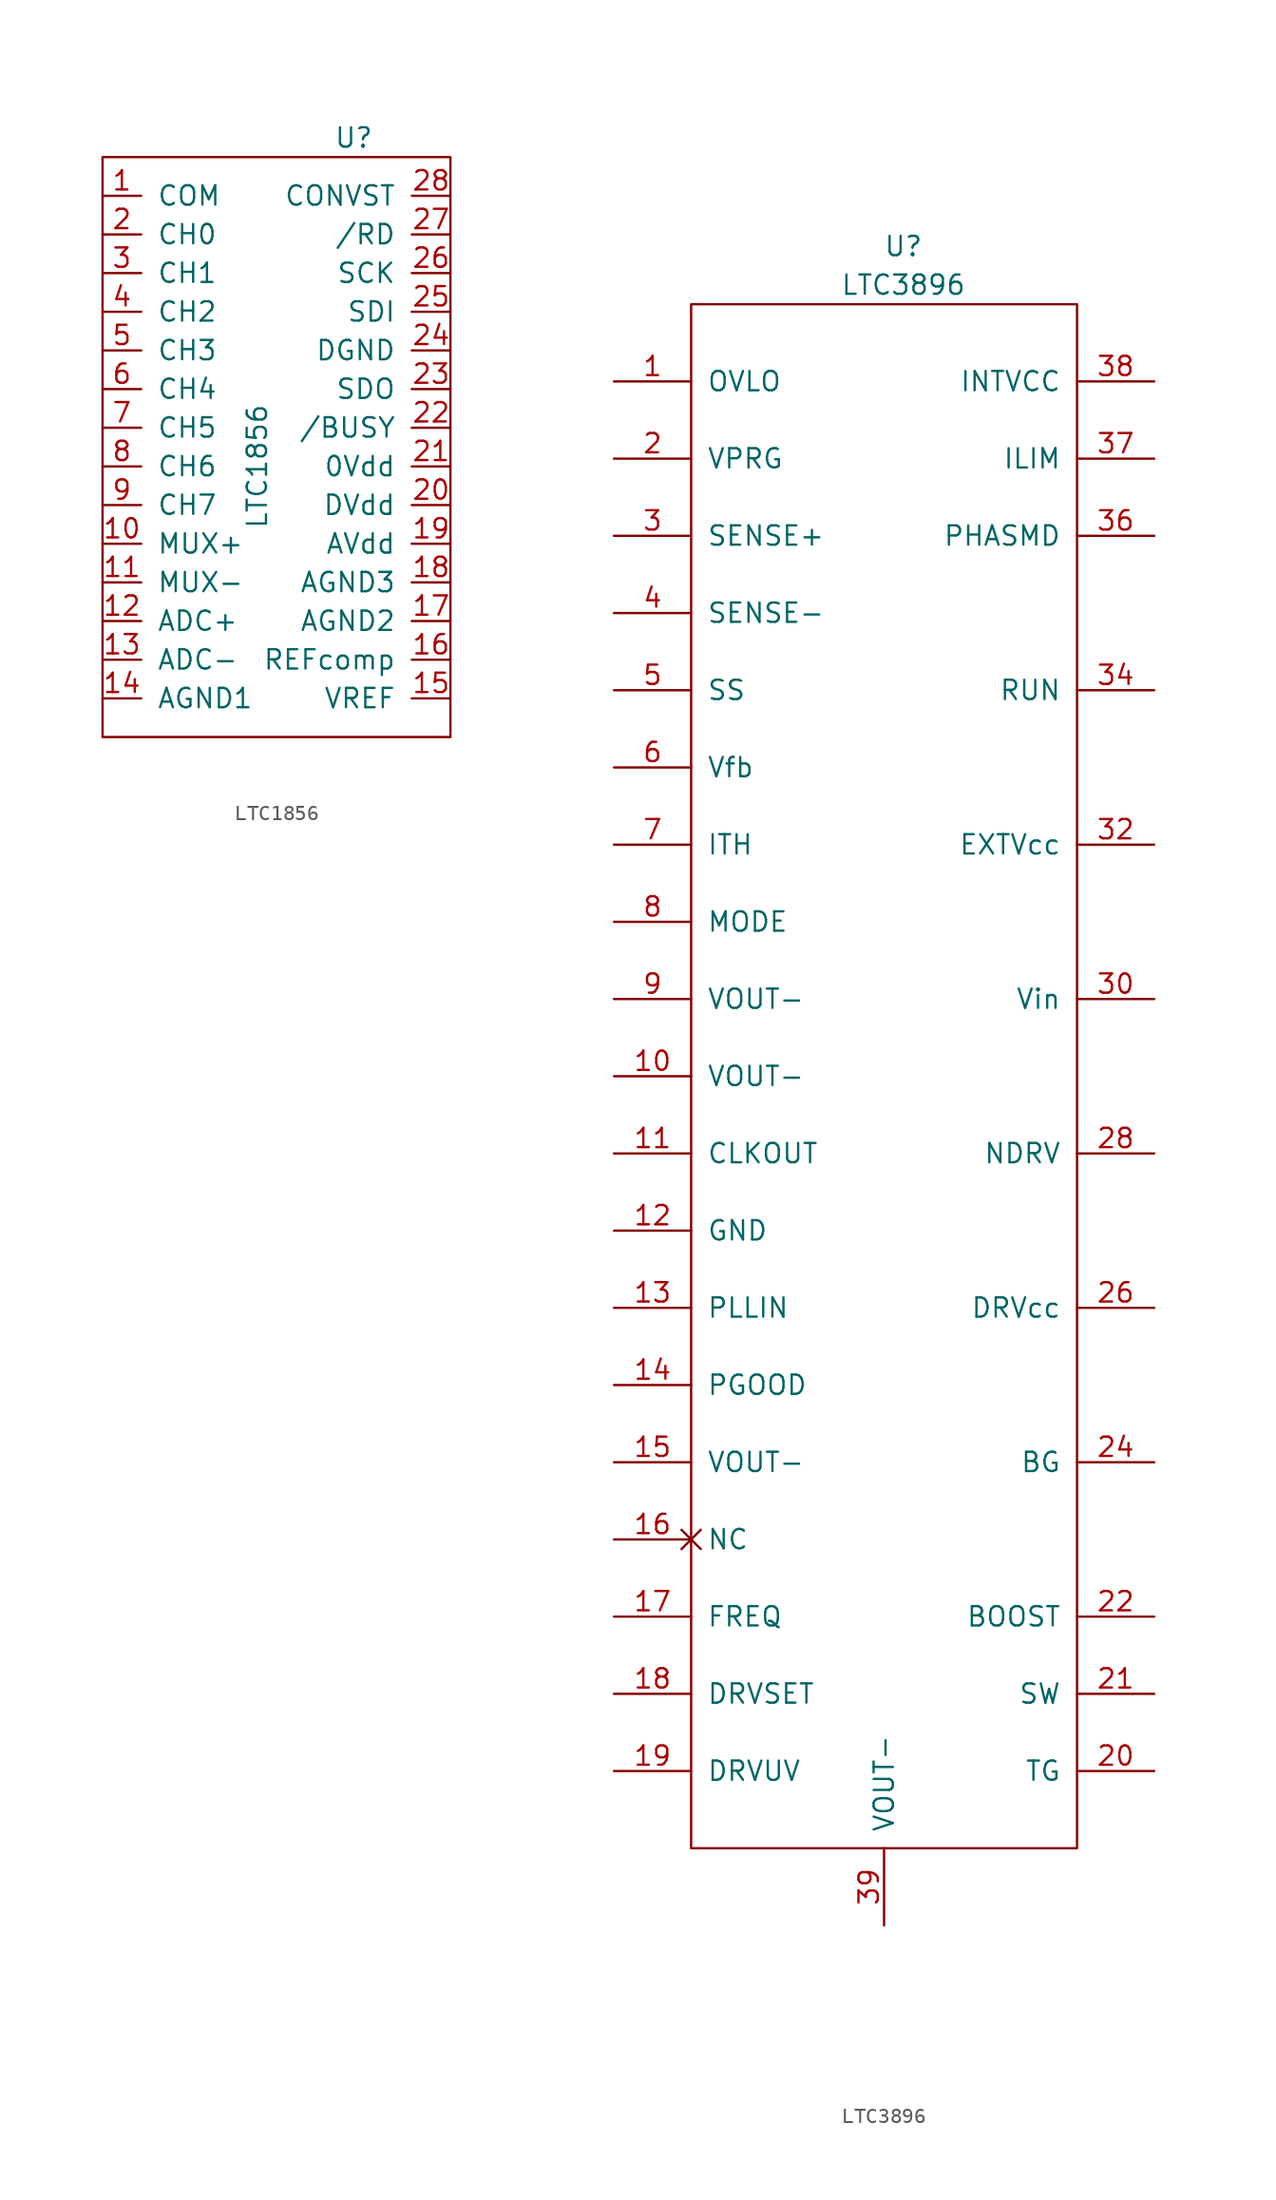
<source format=kicad_sym>
(kicad_symbol_lib
  (version 20211014)
  (generator kicad_symbol_editor)
  (symbol "LTC1856"
    (pin_names
      (offset 1.016))
    (property "Reference" "U"
      (at 7.62 0 0)
      (effects (font (size 1.27 1.27))))
    (property "Value" "LTC1856"
      (at 1.27 -21.59 90)
      (effects (font (size 1.27 1.27))))
    (symbol "LTC1856_0_1"
      (rectangle (start -8.89 -1.27) (end 13.97 -39.37) (stroke (width 0) (type default) (color 0 0 0 0)) (fill (type none))))
    (symbol "LTC1856_1_1"
      (pin input line (at -8.89 -3.81 0) (length 2.54) (name "COM" (effects (font (size 1.27 1.27)))) (number "1" (effects (font (size 1.27 1.27)))))
      (pin input line (at -8.89 -26.67 0) (length 2.54) (name "MUX+" (effects (font (size 1.27 1.27)))) (number "10" (effects (font (size 1.27 1.27)))))
      (pin input line (at -8.89 -29.21 0) (length 2.54) (name "MUX-" (effects (font (size 1.27 1.27)))) (number "11" (effects (font (size 1.27 1.27)))))
      (pin input line (at -8.89 -31.75 0) (length 2.54) (name "ADC+" (effects (font (size 1.27 1.27)))) (number "12" (effects (font (size 1.27 1.27)))))
      (pin input line (at -8.89 -34.29 0) (length 2.54) (name "ADC-" (effects (font (size 1.27 1.27)))) (number "13" (effects (font (size 1.27 1.27)))))
      (pin input line (at -8.89 -36.83 0) (length 2.54) (name "AGND1" (effects (font (size 1.27 1.27)))) (number "14" (effects (font (size 1.27 1.27)))))
      (pin input line (at 13.97 -36.83 180) (length 2.54) (name "VREF" (effects (font (size 1.27 1.27)))) (number "15" (effects (font (size 1.27 1.27)))))
      (pin input line (at 13.97 -34.29 180) (length 2.54) (name "REFcomp" (effects (font (size 1.27 1.27)))) (number "16" (effects (font (size 1.27 1.27)))))
      (pin input line (at 13.97 -31.75 180) (length 2.54) (name "AGND2" (effects (font (size 1.27 1.27)))) (number "17" (effects (font (size 1.27 1.27)))))
      (pin input line (at 13.97 -29.21 180) (length 2.54) (name "AGND3" (effects (font (size 1.27 1.27)))) (number "18" (effects (font (size 1.27 1.27)))))
      (pin input line (at 13.97 -26.67 180) (length 2.54) (name "AVdd" (effects (font (size 1.27 1.27)))) (number "19" (effects (font (size 1.27 1.27)))))
      (pin input line (at -8.89 -6.35 0) (length 2.54) (name "CH0" (effects (font (size 1.27 1.27)))) (number "2" (effects (font (size 1.27 1.27)))))
      (pin input line (at 13.97 -24.13 180) (length 2.54) (name "DVdd" (effects (font (size 1.27 1.27)))) (number "20" (effects (font (size 1.27 1.27)))))
      (pin input line (at 13.97 -21.59 180) (length 2.54) (name "0Vdd" (effects (font (size 1.27 1.27)))) (number "21" (effects (font (size 1.27 1.27)))))
      (pin input line (at 13.97 -19.05 180) (length 2.54) (name "/BUSY" (effects (font (size 1.27 1.27)))) (number "22" (effects (font (size 1.27 1.27)))))
      (pin input line (at 13.97 -16.51 180) (length 2.54) (name "SDO" (effects (font (size 1.27 1.27)))) (number "23" (effects (font (size 1.27 1.27)))))
      (pin input line (at 13.97 -13.97 180) (length 2.54) (name "DGND" (effects (font (size 1.27 1.27)))) (number "24" (effects (font (size 1.27 1.27)))))
      (pin input line (at 13.97 -11.43 180) (length 2.54) (name "SDI" (effects (font (size 1.27 1.27)))) (number "25" (effects (font (size 1.27 1.27)))))
      (pin input line (at 13.97 -8.89 180) (length 2.54) (name "SCK" (effects (font (size 1.27 1.27)))) (number "26" (effects (font (size 1.27 1.27)))))
      (pin input line (at 13.97 -6.35 180) (length 2.54) (name "/RD" (effects (font (size 1.27 1.27)))) (number "27" (effects (font (size 1.27 1.27)))))
      (pin input line (at 13.97 -3.81 180) (length 2.54) (name "CONVST" (effects (font (size 1.27 1.27)))) (number "28" (effects (font (size 1.27 1.27)))))
      (pin input line (at -8.89 -8.89 0) (length 2.54) (name "CH1" (effects (font (size 1.27 1.27)))) (number "3" (effects (font (size 1.27 1.27)))))
      (pin input line (at -8.89 -11.43 0) (length 2.54) (name "CH2" (effects (font (size 1.27 1.27)))) (number "4" (effects (font (size 1.27 1.27)))))
      (pin input line (at -8.89 -13.97 0) (length 2.54) (name "CH3" (effects (font (size 1.27 1.27)))) (number "5" (effects (font (size 1.27 1.27)))))
      (pin input line (at -8.89 -16.51 0) (length 2.54) (name "CH4" (effects (font (size 1.27 1.27)))) (number "6" (effects (font (size 1.27 1.27)))))
      (pin input line (at -8.89 -19.05 0) (length 2.54) (name "CH5" (effects (font (size 1.27 1.27)))) (number "7" (effects (font (size 1.27 1.27)))))
      (pin input line (at -8.89 -21.59 0) (length 2.54) (name "CH6" (effects (font (size 1.27 1.27)))) (number "8" (effects (font (size 1.27 1.27)))))
      (pin input line (at -8.89 -24.13 0) (length 2.54) (name "CH7" (effects (font (size 1.27 1.27)))) (number "9" (effects (font (size 1.27 1.27)))))))
  (symbol "LTC3896"
    (pin_names
      (offset 1.016))
    (property "Reference" "U"
      (at 1.27 31.75 0)
      (effects (font (size 1.27 1.27))))
    (property "Value" "LTC3896"
      (at 1.27 29.21 0)
      (effects (font (size 1.27 1.27))))
    (symbol "LTC3896_0_1"
      (rectangle (start 12.7 -73.66) (end -12.7 27.94) (stroke (width 0) (type default) (color 0 0 0 0)) (fill (type none))))
    (symbol "LTC3896_1_1"
      (pin bidirectional line (at -17.78 22.86 0) (length 5.08) (name "OVLO" (effects (font (size 1.27 1.27)))) (number "1" (effects (font (size 1.27 1.27)))))
      (pin bidirectional line (at -17.78 -22.86 0) (length 5.08) (name "VOUT-" (effects (font (size 1.27 1.27)))) (number "10" (effects (font (size 1.27 1.27)))))
      (pin bidirectional line (at -17.78 -27.94 0) (length 5.08) (name "CLKOUT" (effects (font (size 1.27 1.27)))) (number "11" (effects (font (size 1.27 1.27)))))
      (pin bidirectional line (at -17.78 -33.02 0) (length 5.08) (name "GND" (effects (font (size 1.27 1.27)))) (number "12" (effects (font (size 1.27 1.27)))))
      (pin bidirectional line (at -17.78 -38.1 0) (length 5.08) (name "PLLIN" (effects (font (size 1.27 1.27)))) (number "13" (effects (font (size 1.27 1.27)))))
      (pin bidirectional line (at -17.78 -43.18 0) (length 5.08) (name "PGOOD" (effects (font (size 1.27 1.27)))) (number "14" (effects (font (size 1.27 1.27)))))
      (pin bidirectional line (at -17.78 -48.26 0) (length 5.08) (name "VOUT-" (effects (font (size 1.27 1.27)))) (number "15" (effects (font (size 1.27 1.27)))))
      (pin bidirectional non_logic (at -17.78 -53.34 0) (length 5.08) (name "NC" (effects (font (size 1.27 1.27)))) (number "16" (effects (font (size 1.27 1.27)))))
      (pin bidirectional line (at -17.78 -58.42 0) (length 5.08) (name "FREQ" (effects (font (size 1.27 1.27)))) (number "17" (effects (font (size 1.27 1.27)))))
      (pin bidirectional line (at -17.78 -63.5 0) (length 5.08) (name "DRVSET" (effects (font (size 1.27 1.27)))) (number "18" (effects (font (size 1.27 1.27)))))
      (pin bidirectional line (at -17.78 -68.58 0) (length 5.08) (name "DRVUV" (effects (font (size 1.27 1.27)))) (number "19" (effects (font (size 1.27 1.27)))))
      (pin bidirectional line (at -17.78 17.78 0) (length 5.08) (name "VPRG" (effects (font (size 1.27 1.27)))) (number "2" (effects (font (size 1.27 1.27)))))
      (pin bidirectional line (at 17.78 -68.58 180) (length 5.08) (name "TG" (effects (font (size 1.27 1.27)))) (number "20" (effects (font (size 1.27 1.27)))))
      (pin bidirectional line (at 17.78 -63.5 180) (length 5.08) (name "SW" (effects (font (size 1.27 1.27)))) (number "21" (effects (font (size 1.27 1.27)))))
      (pin bidirectional line (at 17.78 -58.42 180) (length 5.08) (name "BOOST" (effects (font (size 1.27 1.27)))) (number "22" (effects (font (size 1.27 1.27)))))
      (pin bidirectional line (at 17.78 -48.26 180) (length 5.08) (name "BG" (effects (font (size 1.27 1.27)))) (number "24" (effects (font (size 1.27 1.27)))))
      (pin bidirectional line (at 17.78 -38.1 180) (length 5.08) (name "DRVcc" (effects (font (size 1.27 1.27)))) (number "26" (effects (font (size 1.27 1.27)))))
      (pin bidirectional line (at 17.78 -27.94 180) (length 5.08) (name "NDRV" (effects (font (size 1.27 1.27)))) (number "28" (effects (font (size 1.27 1.27)))))
      (pin bidirectional line (at -17.78 12.7 0) (length 5.08) (name "SENSE+" (effects (font (size 1.27 1.27)))) (number "3" (effects (font (size 1.27 1.27)))))
      (pin bidirectional line (at 17.78 -17.78 180) (length 5.08) (name "Vin" (effects (font (size 1.27 1.27)))) (number "30" (effects (font (size 1.27 1.27)))))
      (pin bidirectional line (at 17.78 -7.62 180) (length 5.08) (name "EXTVcc" (effects (font (size 1.27 1.27)))) (number "32" (effects (font (size 1.27 1.27)))))
      (pin bidirectional line (at 17.78 2.54 180) (length 5.08) (name "RUN" (effects (font (size 1.27 1.27)))) (number "34" (effects (font (size 1.27 1.27)))))
      (pin bidirectional line (at 17.78 12.7 180) (length 5.08) (name "PHASMD" (effects (font (size 1.27 1.27)))) (number "36" (effects (font (size 1.27 1.27)))))
      (pin bidirectional line (at 17.78 17.78 180) (length 5.08) (name "ILIM" (effects (font (size 1.27 1.27)))) (number "37" (effects (font (size 1.27 1.27)))))
      (pin bidirectional line (at 17.78 22.86 180) (length 5.08) (name "INTVCC" (effects (font (size 1.27 1.27)))) (number "38" (effects (font (size 1.27 1.27)))))
      (pin bidirectional line (at 0 -78.74 90) (length 5.08) (name "VOUT-" (effects (font (size 1.27 1.27)))) (number "39" (effects (font (size 1.27 1.27)))))
      (pin bidirectional line (at -17.78 7.62 0) (length 5.08) (name "SENSE-" (effects (font (size 1.27 1.27)))) (number "4" (effects (font (size 1.27 1.27)))))
      (pin bidirectional line (at -17.78 2.54 0) (length 5.08) (name "SS" (effects (font (size 1.27 1.27)))) (number "5" (effects (font (size 1.27 1.27)))))
      (pin bidirectional line (at -17.78 -2.54 0) (length 5.08) (name "Vfb" (effects (font (size 1.27 1.27)))) (number "6" (effects (font (size 1.27 1.27)))))
      (pin bidirectional line (at -17.78 -7.62 0) (length 5.08) (name "ITH" (effects (font (size 1.27 1.27)))) (number "7" (effects (font (size 1.27 1.27)))))
      (pin bidirectional line (at -17.78 -12.7 0) (length 5.08) (name "MODE" (effects (font (size 1.27 1.27)))) (number "8" (effects (font (size 1.27 1.27)))))
      (pin bidirectional line (at -17.78 -17.78 0) (length 5.08) (name "VOUT-" (effects (font (size 1.27 1.27)))) (number "9" (effects (font (size 1.27 1.27))))))))
</source>
